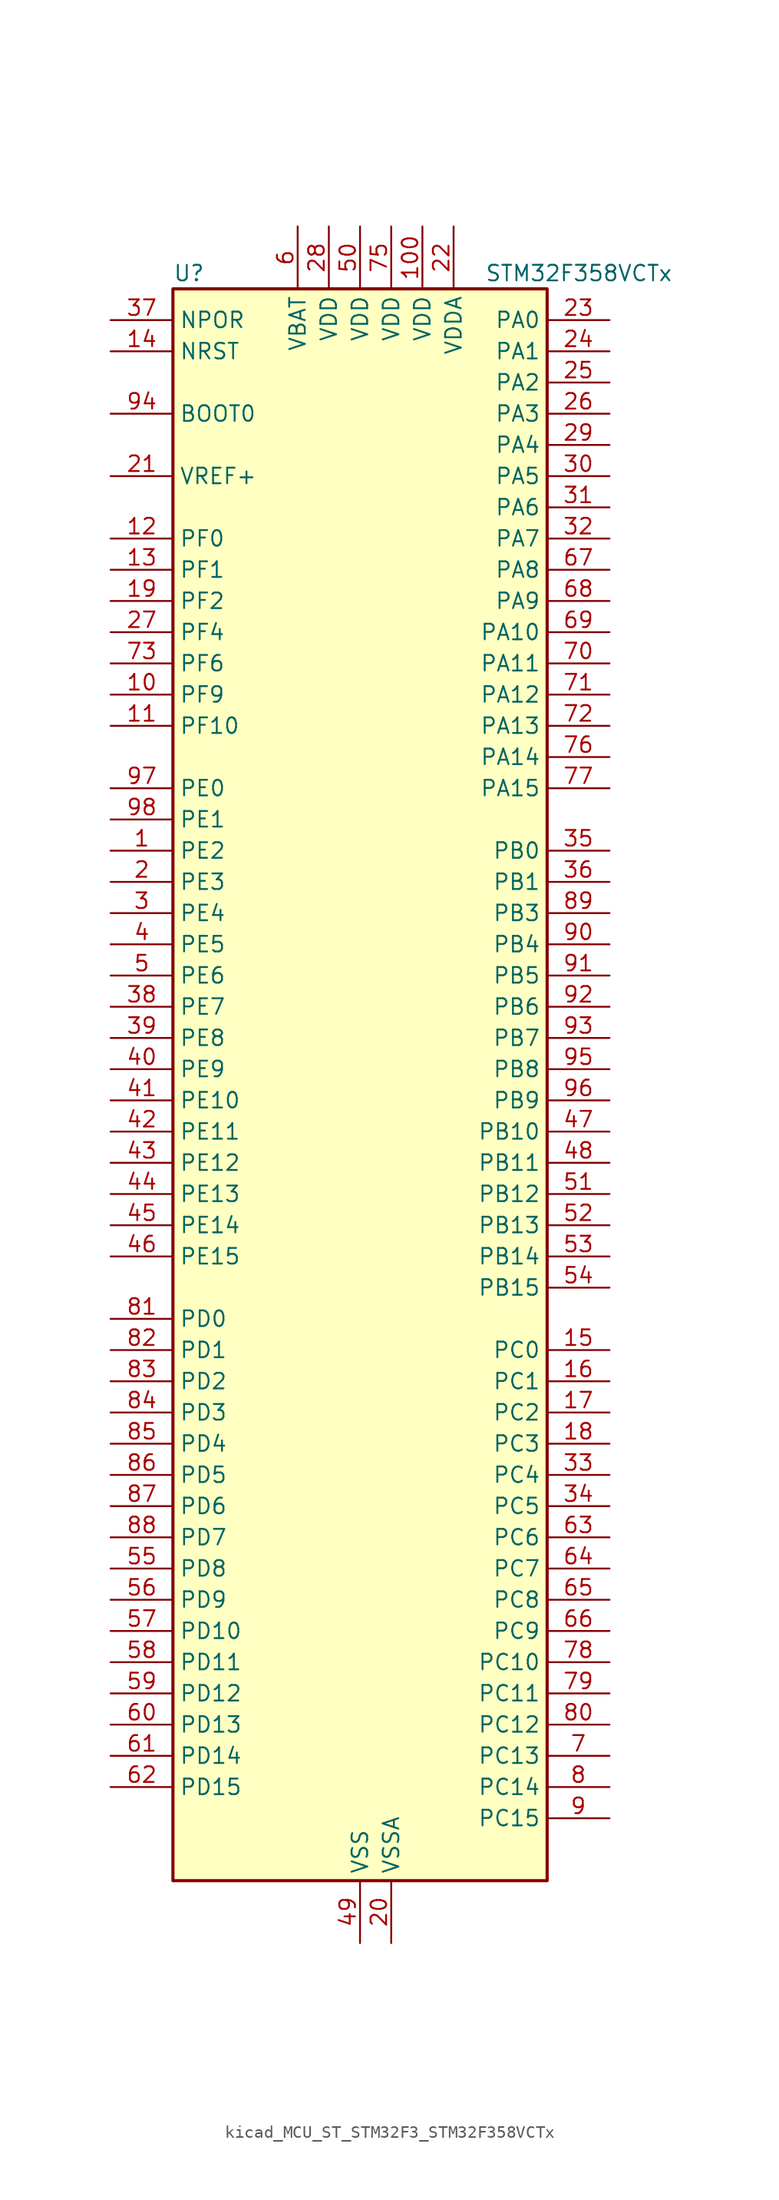
<source format=kicad_sym>
(kicad_symbol_lib
  (version 20220914)
  (generator kicad_symbol_editor)
  (symbol "kicad_MCU_ST_STM32F3_STM32F358VCTx"
    (property "Reference" "U"
      (at -15.24 67.31 0)
      (effects (font (size 1.27 1.27)) (justify left)))
    (property "Value" "STM32F358VCTx"
      (at 10.16 67.31 0)
      (effects (font (size 1.27 1.27)) (justify left)))
    (property "ki_locked" ""
      (at 0 0 0)
      (effects (font (size 1.27 1.27))))
    (symbol "kicad_MCU_ST_STM32F3_STM32F358VCTx_0_1"
      (rectangle (start -15.24 -63.5) (end 15.24 66.04) (stroke (width 0.254) (type default)) (fill (type background))))
    (symbol "kicad_MCU_ST_STM32F3_STM32F358VCTx_1_1"
      (pin bidirectional line (at -20.32 20.32 0) (length 5.08) (name "PE2" (effects (font (size 1.27 1.27)))) (number "1" (effects (font (size 1.27 1.27)))) (alternate "ADC3_EXTI2" bidirectional line) (alternate "ADC4_EXTI2" bidirectional line) (alternate "SYS_TRACECK" bidirectional line) (alternate "TIM3_CH1" bidirectional line) (alternate "TSC_G7_IO1" bidirectional line))
      (pin bidirectional line (at -20.32 33.02 0) (length 5.08) (name "PF9" (effects (font (size 1.27 1.27)))) (number "10" (effects (font (size 1.27 1.27)))) (alternate "DAC_EXTI9" bidirectional line) (alternate "SPI2_SCK" bidirectional line) (alternate "TIM15_CH1" bidirectional line))
      (pin power_in line (at 5.08 71.12 270) (length 5.08) (name "VDD" (effects (font (size 1.27 1.27)))) (number "100" (effects (font (size 1.27 1.27)))))
      (pin bidirectional line (at -20.32 30.48 0) (length 5.08) (name "PF10" (effects (font (size 1.27 1.27)))) (number "11" (effects (font (size 1.27 1.27)))) (alternate "SPI2_SCK" bidirectional line) (alternate "TIM15_CH2" bidirectional line))
      (pin bidirectional line (at -20.32 45.72 0) (length 5.08) (name "PF0" (effects (font (size 1.27 1.27)))) (number "12" (effects (font (size 1.27 1.27)))) (alternate "I2C2_SDA" bidirectional line) (alternate "RCC_OSC_IN" bidirectional line) (alternate "TIM1_CH3N" bidirectional line))
      (pin bidirectional line (at -20.32 43.18 0) (length 5.08) (name "PF1" (effects (font (size 1.27 1.27)))) (number "13" (effects (font (size 1.27 1.27)))) (alternate "I2C2_SCL" bidirectional line) (alternate "RCC_OSC_OUT" bidirectional line))
      (pin input line (at -20.32 60.96 0) (length 5.08) (name "NRST" (effects (font (size 1.27 1.27)))) (number "14" (effects (font (size 1.27 1.27)))))
      (pin bidirectional line (at 20.32 -20.32 180) (length 5.08) (name "PC0" (effects (font (size 1.27 1.27)))) (number "15" (effects (font (size 1.27 1.27)))) (alternate "ADC1_IN6" bidirectional line) (alternate "ADC2_IN6" bidirectional line) (alternate "COMP7_INM" bidirectional line))
      (pin bidirectional line (at 20.32 -22.86 180) (length 5.08) (name "PC1" (effects (font (size 1.27 1.27)))) (number "16" (effects (font (size 1.27 1.27)))) (alternate "ADC1_IN7" bidirectional line) (alternate "ADC2_IN7" bidirectional line) (alternate "COMP7_INP" bidirectional line))
      (pin bidirectional line (at 20.32 -25.4 180) (length 5.08) (name "PC2" (effects (font (size 1.27 1.27)))) (number "17" (effects (font (size 1.27 1.27)))) (alternate "ADC1_IN8" bidirectional line) (alternate "ADC2_IN8" bidirectional line) (alternate "ADC3_EXTI2" bidirectional line) (alternate "ADC4_EXTI2" bidirectional line) (alternate "COMP7_OUT" bidirectional line))
      (pin bidirectional line (at 20.32 -27.94 180) (length 5.08) (name "PC3" (effects (font (size 1.27 1.27)))) (number "18" (effects (font (size 1.27 1.27)))) (alternate "ADC1_IN9" bidirectional line) (alternate "ADC2_IN9" bidirectional line) (alternate "TIM1_BKIN2" bidirectional line))
      (pin bidirectional line (at -20.32 40.64 0) (length 5.08) (name "PF2" (effects (font (size 1.27 1.27)))) (number "19" (effects (font (size 1.27 1.27)))) (alternate "ADC1_IN10" bidirectional line) (alternate "ADC2_IN10" bidirectional line) (alternate "ADC3_EXTI2" bidirectional line) (alternate "ADC4_EXTI2" bidirectional line))
      (pin bidirectional line (at -20.32 17.78 0) (length 5.08) (name "PE3" (effects (font (size 1.27 1.27)))) (number "2" (effects (font (size 1.27 1.27)))) (alternate "SYS_TRACED0" bidirectional line) (alternate "TIM3_CH2" bidirectional line) (alternate "TSC_G7_IO2" bidirectional line))
      (pin power_in line (at 2.54 -68.58 90) (length 5.08) (name "VSSA" (effects (font (size 1.27 1.27)))) (number "20" (effects (font (size 1.27 1.27)))))
      (pin input line (at -20.32 50.8 0) (length 5.08) (name "VREF+" (effects (font (size 1.27 1.27)))) (number "21" (effects (font (size 1.27 1.27)))))
      (pin power_in line (at 7.62 71.12 270) (length 5.08) (name "VDDA" (effects (font (size 1.27 1.27)))) (number "22" (effects (font (size 1.27 1.27)))))
      (pin bidirectional line (at 20.32 63.5 180) (length 5.08) (name "PA0" (effects (font (size 1.27 1.27)))) (number "23" (effects (font (size 1.27 1.27)))) (alternate "ADC1_IN1" bidirectional line) (alternate "COMP1_INM" bidirectional line) (alternate "COMP1_OUT" bidirectional line) (alternate "COMP7_INP" bidirectional line) (alternate "RTC_TAMP2" bidirectional line) (alternate "SYS_WKUP1" bidirectional line) (alternate "TIM2_CH1" bidirectional line) (alternate "TIM2_ETR" bidirectional line) (alternate "TIM8_BKIN" bidirectional line) (alternate "TIM8_ETR" bidirectional line) (alternate "TSC_G1_IO1" bidirectional line) (alternate "USART2_CTS" bidirectional line))
      (pin bidirectional line (at 20.32 60.96 180) (length 5.08) (name "PA1" (effects (font (size 1.27 1.27)))) (number "24" (effects (font (size 1.27 1.27)))) (alternate "ADC1_IN2" bidirectional line) (alternate "COMP1_INP" bidirectional line) (alternate "OPAMP1_VINP" bidirectional line) (alternate "OPAMP1_VINP_SEC" bidirectional line) (alternate "OPAMP3_VINP" bidirectional line) (alternate "OPAMP3_VINP_SEC" bidirectional line) (alternate "RTC_REFIN" bidirectional line) (alternate "TIM15_CH1N" bidirectional line) (alternate "TIM2_CH2" bidirectional line) (alternate "TSC_G1_IO2" bidirectional line) (alternate "USART2_DE" bidirectional line) (alternate "USART2_RTS" bidirectional line))
      (pin bidirectional line (at 20.32 58.42 180) (length 5.08) (name "PA2" (effects (font (size 1.27 1.27)))) (number "25" (effects (font (size 1.27 1.27)))) (alternate "ADC1_IN3" bidirectional line) (alternate "ADC3_EXTI2" bidirectional line) (alternate "ADC4_EXTI2" bidirectional line) (alternate "COMP2_INM" bidirectional line) (alternate "COMP2_OUT" bidirectional line) (alternate "OPAMP1_VOUT" bidirectional line) (alternate "TIM15_CH1" bidirectional line) (alternate "TIM2_CH3" bidirectional line) (alternate "TSC_G1_IO3" bidirectional line) (alternate "USART2_TX" bidirectional line))
      (pin bidirectional line (at 20.32 55.88 180) (length 5.08) (name "PA3" (effects (font (size 1.27 1.27)))) (number "26" (effects (font (size 1.27 1.27)))) (alternate "ADC1_IN4" bidirectional line) (alternate "COMP2_INP" bidirectional line) (alternate "OPAMP1_VINM" bidirectional line) (alternate "OPAMP1_VINM_SEC" bidirectional line) (alternate "OPAMP1_VINP" bidirectional line) (alternate "OPAMP1_VINP_SEC" bidirectional line) (alternate "TIM15_CH2" bidirectional line) (alternate "TIM2_CH4" bidirectional line) (alternate "TSC_G1_IO4" bidirectional line) (alternate "USART2_RX" bidirectional line))
      (pin bidirectional line (at -20.32 38.1 0) (length 5.08) (name "PF4" (effects (font (size 1.27 1.27)))) (number "27" (effects (font (size 1.27 1.27)))) (alternate "ADC1_IN5" bidirectional line) (alternate "COMP1_OUT" bidirectional line))
      (pin power_in line (at -2.54 71.12 270) (length 5.08) (name "VDD" (effects (font (size 1.27 1.27)))) (number "28" (effects (font (size 1.27 1.27)))))
      (pin bidirectional line (at 20.32 53.34 180) (length 5.08) (name "PA4" (effects (font (size 1.27 1.27)))) (number "29" (effects (font (size 1.27 1.27)))) (alternate "ADC2_IN1" bidirectional line) (alternate "COMP1_INM" bidirectional line) (alternate "COMP2_INM" bidirectional line) (alternate "COMP3_INM" bidirectional line) (alternate "COMP4_INM" bidirectional line) (alternate "COMP5_INM" bidirectional line) (alternate "COMP6_INM" bidirectional line) (alternate "COMP7_INM" bidirectional line) (alternate "DAC_OUT1" bidirectional line) (alternate "I2S3_WS" bidirectional line) (alternate "OPAMP4_VINP" bidirectional line) (alternate "OPAMP4_VINP_SEC" bidirectional line) (alternate "SPI1_NSS" bidirectional line) (alternate "SPI3_NSS" bidirectional line) (alternate "TIM3_CH2" bidirectional line) (alternate "TSC_G2_IO1" bidirectional line) (alternate "USART2_CK" bidirectional line))
      (pin bidirectional line (at -20.32 15.24 0) (length 5.08) (name "PE4" (effects (font (size 1.27 1.27)))) (number "3" (effects (font (size 1.27 1.27)))) (alternate "SYS_TRACED1" bidirectional line) (alternate "TIM3_CH3" bidirectional line) (alternate "TSC_G7_IO3" bidirectional line))
      (pin bidirectional line (at 20.32 50.8 180) (length 5.08) (name "PA5" (effects (font (size 1.27 1.27)))) (number "30" (effects (font (size 1.27 1.27)))) (alternate "ADC2_IN2" bidirectional line) (alternate "COMP1_INM" bidirectional line) (alternate "COMP2_INM" bidirectional line) (alternate "COMP3_INM" bidirectional line) (alternate "COMP4_INM" bidirectional line) (alternate "COMP5_INM" bidirectional line) (alternate "COMP6_INM" bidirectional line) (alternate "COMP7_INM" bidirectional line) (alternate "DAC_OUT2" bidirectional line) (alternate "OPAMP1_VINP" bidirectional line) (alternate "OPAMP1_VINP_SEC" bidirectional line) (alternate "OPAMP2_VINM" bidirectional line) (alternate "OPAMP2_VINM_SEC" bidirectional line) (alternate "OPAMP3_VINP" bidirectional line) (alternate "OPAMP3_VINP_SEC" bidirectional line) (alternate "SPI1_SCK" bidirectional line) (alternate "TIM2_CH1" bidirectional line) (alternate "TIM2_ETR" bidirectional line) (alternate "TSC_G2_IO2" bidirectional line))
      (pin bidirectional line (at 20.32 48.26 180) (length 5.08) (name "PA6" (effects (font (size 1.27 1.27)))) (number "31" (effects (font (size 1.27 1.27)))) (alternate "ADC2_IN3" bidirectional line) (alternate "COMP1_OUT" bidirectional line) (alternate "OPAMP2_VOUT" bidirectional line) (alternate "SPI1_MISO" bidirectional line) (alternate "TIM16_CH1" bidirectional line) (alternate "TIM1_BKIN" bidirectional line) (alternate "TIM3_CH1" bidirectional line) (alternate "TIM8_BKIN" bidirectional line) (alternate "TSC_G2_IO3" bidirectional line))
      (pin bidirectional line (at 20.32 45.72 180) (length 5.08) (name "PA7" (effects (font (size 1.27 1.27)))) (number "32" (effects (font (size 1.27 1.27)))) (alternate "ADC2_IN4" bidirectional line) (alternate "COMP2_INP" bidirectional line) (alternate "COMP2_OUT" bidirectional line) (alternate "OPAMP1_VINP" bidirectional line) (alternate "OPAMP1_VINP_SEC" bidirectional line) (alternate "OPAMP2_VINP" bidirectional line) (alternate "OPAMP2_VINP_SEC" bidirectional line) (alternate "SPI1_MOSI" bidirectional line) (alternate "TIM17_CH1" bidirectional line) (alternate "TIM1_CH1N" bidirectional line) (alternate "TIM3_CH2" bidirectional line) (alternate "TIM8_CH1N" bidirectional line) (alternate "TSC_G2_IO4" bidirectional line))
      (pin bidirectional line (at 20.32 -30.48 180) (length 5.08) (name "PC4" (effects (font (size 1.27 1.27)))) (number "33" (effects (font (size 1.27 1.27)))) (alternate "ADC2_IN5" bidirectional line) (alternate "USART1_TX" bidirectional line))
      (pin bidirectional line (at 20.32 -33.02 180) (length 5.08) (name "PC5" (effects (font (size 1.27 1.27)))) (number "34" (effects (font (size 1.27 1.27)))) (alternate "ADC2_IN11" bidirectional line) (alternate "OPAMP1_VINM" bidirectional line) (alternate "OPAMP1_VINM_SEC" bidirectional line) (alternate "OPAMP2_VINM" bidirectional line) (alternate "OPAMP2_VINM_SEC" bidirectional line) (alternate "TSC_G3_IO1" bidirectional line) (alternate "USART1_RX" bidirectional line))
      (pin bidirectional line (at 20.32 20.32 180) (length 5.08) (name "PB0" (effects (font (size 1.27 1.27)))) (number "35" (effects (font (size 1.27 1.27)))) (alternate "ADC3_IN12" bidirectional line) (alternate "COMP4_INP" bidirectional line) (alternate "OPAMP2_VINP" bidirectional line) (alternate "OPAMP2_VINP_SEC" bidirectional line) (alternate "OPAMP3_VINP" bidirectional line) (alternate "OPAMP3_VINP_SEC" bidirectional line) (alternate "TIM1_CH2N" bidirectional line) (alternate "TIM3_CH3" bidirectional line) (alternate "TIM8_CH2N" bidirectional line) (alternate "TSC_G3_IO2" bidirectional line))
      (pin bidirectional line (at 20.32 17.78 180) (length 5.08) (name "PB1" (effects (font (size 1.27 1.27)))) (number "36" (effects (font (size 1.27 1.27)))) (alternate "ADC3_IN1" bidirectional line) (alternate "COMP4_OUT" bidirectional line) (alternate "OPAMP3_VOUT" bidirectional line) (alternate "TIM1_CH3N" bidirectional line) (alternate "TIM3_CH4" bidirectional line) (alternate "TIM8_CH3N" bidirectional line) (alternate "TSC_G3_IO3" bidirectional line))
      (pin input line (at -20.32 63.5 0) (length 5.08) (name "NPOR" (effects (font (size 1.27 1.27)))) (number "37" (effects (font (size 1.27 1.27)))))
      (pin bidirectional line (at -20.32 7.62 0) (length 5.08) (name "PE7" (effects (font (size 1.27 1.27)))) (number "38" (effects (font (size 1.27 1.27)))) (alternate "ADC3_IN13" bidirectional line) (alternate "COMP4_INP" bidirectional line) (alternate "TIM1_ETR" bidirectional line))
      (pin bidirectional line (at -20.32 5.08 0) (length 5.08) (name "PE8" (effects (font (size 1.27 1.27)))) (number "39" (effects (font (size 1.27 1.27)))) (alternate "ADC3_IN6" bidirectional line) (alternate "ADC4_IN6" bidirectional line) (alternate "COMP4_INM" bidirectional line) (alternate "TIM1_CH1N" bidirectional line))
      (pin bidirectional line (at -20.32 12.7 0) (length 5.08) (name "PE5" (effects (font (size 1.27 1.27)))) (number "4" (effects (font (size 1.27 1.27)))) (alternate "SYS_TRACED2" bidirectional line) (alternate "TIM3_CH4" bidirectional line) (alternate "TSC_G7_IO4" bidirectional line))
      (pin bidirectional line (at -20.32 2.54 0) (length 5.08) (name "PE9" (effects (font (size 1.27 1.27)))) (number "40" (effects (font (size 1.27 1.27)))) (alternate "ADC3_IN2" bidirectional line) (alternate "DAC_EXTI9" bidirectional line) (alternate "TIM1_CH1" bidirectional line))
      (pin bidirectional line (at -20.32 0 0) (length 5.08) (name "PE10" (effects (font (size 1.27 1.27)))) (number "41" (effects (font (size 1.27 1.27)))) (alternate "ADC3_IN14" bidirectional line) (alternate "TIM1_CH2N" bidirectional line))
      (pin bidirectional line (at -20.32 -2.54 0) (length 5.08) (name "PE11" (effects (font (size 1.27 1.27)))) (number "42" (effects (font (size 1.27 1.27)))) (alternate "ADC1_EXTI11" bidirectional line) (alternate "ADC2_EXTI11" bidirectional line) (alternate "ADC3_IN15" bidirectional line) (alternate "TIM1_CH2" bidirectional line))
      (pin bidirectional line (at -20.32 -5.08 0) (length 5.08) (name "PE12" (effects (font (size 1.27 1.27)))) (number "43" (effects (font (size 1.27 1.27)))) (alternate "ADC3_IN16" bidirectional line) (alternate "TIM1_CH3N" bidirectional line))
      (pin bidirectional line (at -20.32 -7.62 0) (length 5.08) (name "PE13" (effects (font (size 1.27 1.27)))) (number "44" (effects (font (size 1.27 1.27)))) (alternate "ADC3_IN3" bidirectional line) (alternate "TIM1_CH3" bidirectional line))
      (pin bidirectional line (at -20.32 -10.16 0) (length 5.08) (name "PE14" (effects (font (size 1.27 1.27)))) (number "45" (effects (font (size 1.27 1.27)))) (alternate "ADC4_IN1" bidirectional line) (alternate "TIM1_BKIN2" bidirectional line) (alternate "TIM1_CH4" bidirectional line))
      (pin bidirectional line (at -20.32 -12.7 0) (length 5.08) (name "PE15" (effects (font (size 1.27 1.27)))) (number "46" (effects (font (size 1.27 1.27)))) (alternate "ADC1_EXTI15" bidirectional line) (alternate "ADC2_EXTI15" bidirectional line) (alternate "ADC4_IN2" bidirectional line) (alternate "TIM1_BKIN" bidirectional line) (alternate "USART3_RX" bidirectional line))
      (pin bidirectional line (at 20.32 -2.54 180) (length 5.08) (name "PB10" (effects (font (size 1.27 1.27)))) (number "47" (effects (font (size 1.27 1.27)))) (alternate "COMP5_INM" bidirectional line) (alternate "OPAMP3_VINM" bidirectional line) (alternate "OPAMP3_VINM_SEC" bidirectional line) (alternate "OPAMP4_VINM" bidirectional line) (alternate "OPAMP4_VINM_SEC" bidirectional line) (alternate "TIM2_CH3" bidirectional line) (alternate "TSC_SYNC" bidirectional line) (alternate "USART3_TX" bidirectional line))
      (pin bidirectional line (at 20.32 -5.08 180) (length 5.08) (name "PB11" (effects (font (size 1.27 1.27)))) (number "48" (effects (font (size 1.27 1.27)))) (alternate "ADC1_EXTI11" bidirectional line) (alternate "ADC2_EXTI11" bidirectional line) (alternate "COMP6_INP" bidirectional line) (alternate "OPAMP4_VINP" bidirectional line) (alternate "OPAMP4_VINP_SEC" bidirectional line) (alternate "TIM2_CH4" bidirectional line) (alternate "TSC_G6_IO1" bidirectional line) (alternate "USART3_RX" bidirectional line))
      (pin power_in line (at 0 -68.58 90) (length 5.08) (name "VSS" (effects (font (size 1.27 1.27)))) (number "49" (effects (font (size 1.27 1.27)))))
      (pin bidirectional line (at -20.32 10.16 0) (length 5.08) (name "PE6" (effects (font (size 1.27 1.27)))) (number "5" (effects (font (size 1.27 1.27)))) (alternate "RTC_TAMP3" bidirectional line) (alternate "SYS_TRACED3" bidirectional line) (alternate "SYS_WKUP3" bidirectional line))
      (pin power_in line (at 0 71.12 270) (length 5.08) (name "VDD" (effects (font (size 1.27 1.27)))) (number "50" (effects (font (size 1.27 1.27)))))
      (pin bidirectional line (at 20.32 -7.62 180) (length 5.08) (name "PB12" (effects (font (size 1.27 1.27)))) (number "51" (effects (font (size 1.27 1.27)))) (alternate "ADC4_IN3" bidirectional line) (alternate "COMP3_INM" bidirectional line) (alternate "I2C2_SMBA" bidirectional line) (alternate "I2S2_WS" bidirectional line) (alternate "OPAMP4_VOUT" bidirectional line) (alternate "SPI2_NSS" bidirectional line) (alternate "TIM1_BKIN" bidirectional line) (alternate "TSC_G6_IO2" bidirectional line) (alternate "USART3_CK" bidirectional line))
      (pin bidirectional line (at 20.32 -10.16 180) (length 5.08) (name "PB13" (effects (font (size 1.27 1.27)))) (number "52" (effects (font (size 1.27 1.27)))) (alternate "ADC3_IN5" bidirectional line) (alternate "COMP5_INP" bidirectional line) (alternate "I2S2_CK" bidirectional line) (alternate "OPAMP3_VINP" bidirectional line) (alternate "OPAMP3_VINP_SEC" bidirectional line) (alternate "OPAMP4_VINP" bidirectional line) (alternate "OPAMP4_VINP_SEC" bidirectional line) (alternate "SPI2_SCK" bidirectional line) (alternate "TIM1_CH1N" bidirectional line) (alternate "TSC_G6_IO3" bidirectional line) (alternate "USART3_CTS" bidirectional line))
      (pin bidirectional line (at 20.32 -12.7 180) (length 5.08) (name "PB14" (effects (font (size 1.27 1.27)))) (number "53" (effects (font (size 1.27 1.27)))) (alternate "ADC4_IN4" bidirectional line) (alternate "COMP3_INP" bidirectional line) (alternate "I2S2_ext_SD" bidirectional line) (alternate "OPAMP2_VINP" bidirectional line) (alternate "OPAMP2_VINP_SEC" bidirectional line) (alternate "SPI2_MISO" bidirectional line) (alternate "TIM15_CH1" bidirectional line) (alternate "TIM1_CH2N" bidirectional line) (alternate "TSC_G6_IO4" bidirectional line) (alternate "USART3_DE" bidirectional line) (alternate "USART3_RTS" bidirectional line))
      (pin bidirectional line (at 20.32 -15.24 180) (length 5.08) (name "PB15" (effects (font (size 1.27 1.27)))) (number "54" (effects (font (size 1.27 1.27)))) (alternate "ADC1_EXTI15" bidirectional line) (alternate "ADC2_EXTI15" bidirectional line) (alternate "ADC4_IN5" bidirectional line) (alternate "COMP6_INM" bidirectional line) (alternate "I2S2_SD" bidirectional line) (alternate "RTC_REFIN" bidirectional line) (alternate "SPI2_MOSI" bidirectional line) (alternate "TIM15_CH1N" bidirectional line) (alternate "TIM15_CH2" bidirectional line) (alternate "TIM1_CH3N" bidirectional line))
      (pin bidirectional line (at -20.32 -38.1 0) (length 5.08) (name "PD8" (effects (font (size 1.27 1.27)))) (number "55" (effects (font (size 1.27 1.27)))) (alternate "ADC4_IN12" bidirectional line) (alternate "OPAMP4_VINM" bidirectional line) (alternate "OPAMP4_VINM_SEC" bidirectional line) (alternate "USART3_TX" bidirectional line))
      (pin bidirectional line (at -20.32 -40.64 0) (length 5.08) (name "PD9" (effects (font (size 1.27 1.27)))) (number "56" (effects (font (size 1.27 1.27)))) (alternate "ADC4_IN13" bidirectional line) (alternate "DAC_EXTI9" bidirectional line) (alternate "USART3_RX" bidirectional line))
      (pin bidirectional line (at -20.32 -43.18 0) (length 5.08) (name "PD10" (effects (font (size 1.27 1.27)))) (number "57" (effects (font (size 1.27 1.27)))) (alternate "ADC3_IN7" bidirectional line) (alternate "ADC4_IN7" bidirectional line) (alternate "COMP6_INM" bidirectional line) (alternate "USART3_CK" bidirectional line))
      (pin bidirectional line (at -20.32 -45.72 0) (length 5.08) (name "PD11" (effects (font (size 1.27 1.27)))) (number "58" (effects (font (size 1.27 1.27)))) (alternate "ADC1_EXTI11" bidirectional line) (alternate "ADC2_EXTI11" bidirectional line) (alternate "ADC3_IN8" bidirectional line) (alternate "ADC4_IN8" bidirectional line) (alternate "COMP6_INP" bidirectional line) (alternate "OPAMP4_VINP" bidirectional line) (alternate "OPAMP4_VINP_SEC" bidirectional line) (alternate "USART3_CTS" bidirectional line))
      (pin bidirectional line (at -20.32 -48.26 0) (length 5.08) (name "PD12" (effects (font (size 1.27 1.27)))) (number "59" (effects (font (size 1.27 1.27)))) (alternate "ADC3_IN9" bidirectional line) (alternate "ADC4_IN9" bidirectional line) (alternate "COMP5_INP" bidirectional line) (alternate "TIM4_CH1" bidirectional line) (alternate "TSC_G8_IO1" bidirectional line) (alternate "USART3_DE" bidirectional line) (alternate "USART3_RTS" bidirectional line))
      (pin power_in line (at -5.08 71.12 270) (length 5.08) (name "VBAT" (effects (font (size 1.27 1.27)))) (number "6" (effects (font (size 1.27 1.27)))))
      (pin bidirectional line (at -20.32 -50.8 0) (length 5.08) (name "PD13" (effects (font (size 1.27 1.27)))) (number "60" (effects (font (size 1.27 1.27)))) (alternate "ADC3_IN10" bidirectional line) (alternate "ADC4_IN10" bidirectional line) (alternate "COMP5_INM" bidirectional line) (alternate "TIM4_CH2" bidirectional line) (alternate "TSC_G8_IO2" bidirectional line))
      (pin bidirectional line (at -20.32 -53.34 0) (length 5.08) (name "PD14" (effects (font (size 1.27 1.27)))) (number "61" (effects (font (size 1.27 1.27)))) (alternate "ADC3_IN11" bidirectional line) (alternate "ADC4_IN11" bidirectional line) (alternate "COMP3_INP" bidirectional line) (alternate "OPAMP2_VINP" bidirectional line) (alternate "OPAMP2_VINP_SEC" bidirectional line) (alternate "TIM4_CH3" bidirectional line) (alternate "TSC_G8_IO3" bidirectional line))
      (pin bidirectional line (at -20.32 -55.88 0) (length 5.08) (name "PD15" (effects (font (size 1.27 1.27)))) (number "62" (effects (font (size 1.27 1.27)))) (alternate "ADC1_EXTI15" bidirectional line) (alternate "ADC2_EXTI15" bidirectional line) (alternate "COMP3_INM" bidirectional line) (alternate "SPI2_NSS" bidirectional line) (alternate "TIM4_CH4" bidirectional line) (alternate "TSC_G8_IO4" bidirectional line))
      (pin bidirectional line (at 20.32 -35.56 180) (length 5.08) (name "PC6" (effects (font (size 1.27 1.27)))) (number "63" (effects (font (size 1.27 1.27)))) (alternate "COMP6_OUT" bidirectional line) (alternate "I2S2_MCK" bidirectional line) (alternate "TIM3_CH1" bidirectional line) (alternate "TIM8_CH1" bidirectional line))
      (pin bidirectional line (at 20.32 -38.1 180) (length 5.08) (name "PC7" (effects (font (size 1.27 1.27)))) (number "64" (effects (font (size 1.27 1.27)))) (alternate "COMP5_OUT" bidirectional line) (alternate "I2S3_MCK" bidirectional line) (alternate "TIM3_CH2" bidirectional line) (alternate "TIM8_CH2" bidirectional line))
      (pin bidirectional line (at 20.32 -40.64 180) (length 5.08) (name "PC8" (effects (font (size 1.27 1.27)))) (number "65" (effects (font (size 1.27 1.27)))) (alternate "COMP3_OUT" bidirectional line) (alternate "TIM3_CH3" bidirectional line) (alternate "TIM8_CH3" bidirectional line))
      (pin bidirectional line (at 20.32 -43.18 180) (length 5.08) (name "PC9" (effects (font (size 1.27 1.27)))) (number "66" (effects (font (size 1.27 1.27)))) (alternate "DAC_EXTI9" bidirectional line) (alternate "I2S_CKIN" bidirectional line) (alternate "TIM3_CH4" bidirectional line) (alternate "TIM8_BKIN2" bidirectional line) (alternate "TIM8_CH4" bidirectional line))
      (pin bidirectional line (at 20.32 43.18 180) (length 5.08) (name "PA8" (effects (font (size 1.27 1.27)))) (number "67" (effects (font (size 1.27 1.27)))) (alternate "COMP3_OUT" bidirectional line) (alternate "I2C2_SMBA" bidirectional line) (alternate "I2S2_MCK" bidirectional line) (alternate "RCC_MCO" bidirectional line) (alternate "TIM1_CH1" bidirectional line) (alternate "TIM4_ETR" bidirectional line) (alternate "USART1_CK" bidirectional line))
      (pin bidirectional line (at 20.32 40.64 180) (length 5.08) (name "PA9" (effects (font (size 1.27 1.27)))) (number "68" (effects (font (size 1.27 1.27)))) (alternate "COMP5_OUT" bidirectional line) (alternate "DAC_EXTI9" bidirectional line) (alternate "I2C2_SCL" bidirectional line) (alternate "I2S3_MCK" bidirectional line) (alternate "TIM15_BKIN" bidirectional line) (alternate "TIM1_CH2" bidirectional line) (alternate "TIM2_CH3" bidirectional line) (alternate "TSC_G4_IO1" bidirectional line) (alternate "USART1_TX" bidirectional line))
      (pin bidirectional line (at 20.32 38.1 180) (length 5.08) (name "PA10" (effects (font (size 1.27 1.27)))) (number "69" (effects (font (size 1.27 1.27)))) (alternate "COMP6_OUT" bidirectional line) (alternate "I2C2_SDA" bidirectional line) (alternate "TIM17_BKIN" bidirectional line) (alternate "TIM1_CH3" bidirectional line) (alternate "TIM2_CH4" bidirectional line) (alternate "TIM8_BKIN" bidirectional line) (alternate "TSC_G4_IO2" bidirectional line) (alternate "USART1_RX" bidirectional line))
      (pin bidirectional line (at 20.32 -53.34 180) (length 5.08) (name "PC13" (effects (font (size 1.27 1.27)))) (number "7" (effects (font (size 1.27 1.27)))) (alternate "RTC_OUT_ALARM" bidirectional line) (alternate "RTC_OUT_CALIB" bidirectional line) (alternate "RTC_TAMP1" bidirectional line) (alternate "RTC_TS" bidirectional line) (alternate "SYS_WKUP2" bidirectional line) (alternate "TIM1_CH1N" bidirectional line))
      (pin bidirectional line (at 20.32 35.56 180) (length 5.08) (name "PA11" (effects (font (size 1.27 1.27)))) (number "70" (effects (font (size 1.27 1.27)))) (alternate "ADC1_EXTI11" bidirectional line) (alternate "ADC2_EXTI11" bidirectional line) (alternate "CAN_RX" bidirectional line) (alternate "COMP1_OUT" bidirectional line) (alternate "TIM1_BKIN2" bidirectional line) (alternate "TIM1_CH1N" bidirectional line) (alternate "TIM1_CH4" bidirectional line) (alternate "TIM4_CH1" bidirectional line) (alternate "USART1_CTS" bidirectional line))
      (pin bidirectional line (at 20.32 33.02 180) (length 5.08) (name "PA12" (effects (font (size 1.27 1.27)))) (number "71" (effects (font (size 1.27 1.27)))) (alternate "CAN_TX" bidirectional line) (alternate "COMP2_OUT" bidirectional line) (alternate "TIM16_CH1" bidirectional line) (alternate "TIM1_CH2N" bidirectional line) (alternate "TIM1_ETR" bidirectional line) (alternate "TIM4_CH2" bidirectional line) (alternate "USART1_DE" bidirectional line) (alternate "USART1_RTS" bidirectional line))
      (pin bidirectional line (at 20.32 30.48 180) (length 5.08) (name "PA13" (effects (font (size 1.27 1.27)))) (number "72" (effects (font (size 1.27 1.27)))) (alternate "IR_OUT" bidirectional line) (alternate "SYS_JTMS-SWDIO" bidirectional line) (alternate "TIM16_CH1N" bidirectional line) (alternate "TIM4_CH3" bidirectional line) (alternate "TSC_G4_IO3" bidirectional line) (alternate "USART3_CTS" bidirectional line))
      (pin bidirectional line (at -20.32 35.56 0) (length 5.08) (name "PF6" (effects (font (size 1.27 1.27)))) (number "73" (effects (font (size 1.27 1.27)))) (alternate "I2C2_SCL" bidirectional line) (alternate "TIM4_CH4" bidirectional line) (alternate "USART3_DE" bidirectional line) (alternate "USART3_RTS" bidirectional line))
      (pin passive line (at 0 -68.58 90) (length 5.08) hide (name "VSS" (effects (font (size 1.27 1.27)))) (number "74" (effects (font (size 1.27 1.27)))))
      (pin power_in line (at 2.54 71.12 270) (length 5.08) (name "VDD" (effects (font (size 1.27 1.27)))) (number "75" (effects (font (size 1.27 1.27)))))
      (pin bidirectional line (at 20.32 27.94 180) (length 5.08) (name "PA14" (effects (font (size 1.27 1.27)))) (number "76" (effects (font (size 1.27 1.27)))) (alternate "I2C1_SDA" bidirectional line) (alternate "SYS_JTCK-SWCLK" bidirectional line) (alternate "TIM1_BKIN" bidirectional line) (alternate "TIM8_CH2" bidirectional line) (alternate "TSC_G4_IO4" bidirectional line) (alternate "USART2_TX" bidirectional line))
      (pin bidirectional line (at 20.32 25.4 180) (length 5.08) (name "PA15" (effects (font (size 1.27 1.27)))) (number "77" (effects (font (size 1.27 1.27)))) (alternate "ADC1_EXTI15" bidirectional line) (alternate "ADC2_EXTI15" bidirectional line) (alternate "I2C1_SCL" bidirectional line) (alternate "I2S3_WS" bidirectional line) (alternate "SPI1_NSS" bidirectional line) (alternate "SPI3_NSS" bidirectional line) (alternate "SYS_JTDI" bidirectional line) (alternate "TIM1_BKIN" bidirectional line) (alternate "TIM2_CH1" bidirectional line) (alternate "TIM2_ETR" bidirectional line) (alternate "TIM8_CH1" bidirectional line) (alternate "USART2_RX" bidirectional line))
      (pin bidirectional line (at 20.32 -45.72 180) (length 5.08) (name "PC10" (effects (font (size 1.27 1.27)))) (number "78" (effects (font (size 1.27 1.27)))) (alternate "I2S3_CK" bidirectional line) (alternate "SPI3_SCK" bidirectional line) (alternate "TIM8_CH1N" bidirectional line) (alternate "UART4_TX" bidirectional line) (alternate "USART3_TX" bidirectional line))
      (pin bidirectional line (at 20.32 -48.26 180) (length 5.08) (name "PC11" (effects (font (size 1.27 1.27)))) (number "79" (effects (font (size 1.27 1.27)))) (alternate "ADC1_EXTI11" bidirectional line) (alternate "ADC2_EXTI11" bidirectional line) (alternate "I2S3_ext_SD" bidirectional line) (alternate "SPI3_MISO" bidirectional line) (alternate "TIM8_CH2N" bidirectional line) (alternate "UART4_RX" bidirectional line) (alternate "USART3_RX" bidirectional line))
      (pin bidirectional line (at 20.32 -55.88 180) (length 5.08) (name "PC14" (effects (font (size 1.27 1.27)))) (number "8" (effects (font (size 1.27 1.27)))) (alternate "RCC_OSC32_IN" bidirectional line))
      (pin bidirectional line (at 20.32 -50.8 180) (length 5.08) (name "PC12" (effects (font (size 1.27 1.27)))) (number "80" (effects (font (size 1.27 1.27)))) (alternate "I2S3_SD" bidirectional line) (alternate "SPI3_MOSI" bidirectional line) (alternate "TIM8_CH3N" bidirectional line) (alternate "UART5_TX" bidirectional line) (alternate "USART3_CK" bidirectional line))
      (pin bidirectional line (at -20.32 -17.78 0) (length 5.08) (name "PD0" (effects (font (size 1.27 1.27)))) (number "81" (effects (font (size 1.27 1.27)))) (alternate "CAN_RX" bidirectional line))
      (pin bidirectional line (at -20.32 -20.32 0) (length 5.08) (name "PD1" (effects (font (size 1.27 1.27)))) (number "82" (effects (font (size 1.27 1.27)))) (alternate "CAN_TX" bidirectional line) (alternate "TIM8_BKIN2" bidirectional line) (alternate "TIM8_CH4" bidirectional line))
      (pin bidirectional line (at -20.32 -22.86 0) (length 5.08) (name "PD2" (effects (font (size 1.27 1.27)))) (number "83" (effects (font (size 1.27 1.27)))) (alternate "ADC3_EXTI2" bidirectional line) (alternate "ADC4_EXTI2" bidirectional line) (alternate "TIM3_ETR" bidirectional line) (alternate "TIM8_BKIN" bidirectional line) (alternate "UART5_RX" bidirectional line))
      (pin bidirectional line (at -20.32 -25.4 0) (length 5.08) (name "PD3" (effects (font (size 1.27 1.27)))) (number "84" (effects (font (size 1.27 1.27)))) (alternate "TIM2_CH1" bidirectional line) (alternate "TIM2_ETR" bidirectional line) (alternate "USART2_CTS" bidirectional line))
      (pin bidirectional line (at -20.32 -27.94 0) (length 5.08) (name "PD4" (effects (font (size 1.27 1.27)))) (number "85" (effects (font (size 1.27 1.27)))) (alternate "TIM2_CH2" bidirectional line) (alternate "USART2_DE" bidirectional line) (alternate "USART2_RTS" bidirectional line))
      (pin bidirectional line (at -20.32 -30.48 0) (length 5.08) (name "PD5" (effects (font (size 1.27 1.27)))) (number "86" (effects (font (size 1.27 1.27)))) (alternate "USART2_TX" bidirectional line))
      (pin bidirectional line (at -20.32 -33.02 0) (length 5.08) (name "PD6" (effects (font (size 1.27 1.27)))) (number "87" (effects (font (size 1.27 1.27)))) (alternate "TIM2_CH4" bidirectional line) (alternate "USART2_RX" bidirectional line))
      (pin bidirectional line (at -20.32 -35.56 0) (length 5.08) (name "PD7" (effects (font (size 1.27 1.27)))) (number "88" (effects (font (size 1.27 1.27)))) (alternate "TIM2_CH3" bidirectional line) (alternate "USART2_CK" bidirectional line))
      (pin bidirectional line (at 20.32 15.24 180) (length 5.08) (name "PB3" (effects (font (size 1.27 1.27)))) (number "89" (effects (font (size 1.27 1.27)))) (alternate "I2S3_CK" bidirectional line) (alternate "SPI1_SCK" bidirectional line) (alternate "SPI3_SCK" bidirectional line) (alternate "SYS_JTDO-TRACESWO" bidirectional line) (alternate "TIM2_CH2" bidirectional line) (alternate "TIM3_ETR" bidirectional line) (alternate "TIM4_ETR" bidirectional line) (alternate "TIM8_CH1N" bidirectional line) (alternate "TSC_G5_IO1" bidirectional line) (alternate "USART2_TX" bidirectional line))
      (pin bidirectional line (at 20.32 -58.42 180) (length 5.08) (name "PC15" (effects (font (size 1.27 1.27)))) (number "9" (effects (font (size 1.27 1.27)))) (alternate "ADC1_EXTI15" bidirectional line) (alternate "ADC2_EXTI15" bidirectional line) (alternate "RCC_OSC32_OUT" bidirectional line))
      (pin bidirectional line (at 20.32 12.7 180) (length 5.08) (name "PB4" (effects (font (size 1.27 1.27)))) (number "90" (effects (font (size 1.27 1.27)))) (alternate "I2S3_ext_SD" bidirectional line) (alternate "SPI1_MISO" bidirectional line) (alternate "SPI3_MISO" bidirectional line) (alternate "SYS_NJTRST" bidirectional line) (alternate "TIM16_CH1" bidirectional line) (alternate "TIM17_BKIN" bidirectional line) (alternate "TIM3_CH1" bidirectional line) (alternate "TIM8_CH2N" bidirectional line) (alternate "TSC_G5_IO2" bidirectional line) (alternate "USART2_RX" bidirectional line))
      (pin bidirectional line (at 20.32 10.16 180) (length 5.08) (name "PB5" (effects (font (size 1.27 1.27)))) (number "91" (effects (font (size 1.27 1.27)))) (alternate "I2C1_SMBA" bidirectional line) (alternate "I2S3_SD" bidirectional line) (alternate "SPI1_MOSI" bidirectional line) (alternate "SPI3_MOSI" bidirectional line) (alternate "TIM16_BKIN" bidirectional line) (alternate "TIM17_CH1" bidirectional line) (alternate "TIM3_CH2" bidirectional line) (alternate "TIM8_CH3N" bidirectional line) (alternate "USART2_CK" bidirectional line))
      (pin bidirectional line (at 20.32 7.62 180) (length 5.08) (name "PB6" (effects (font (size 1.27 1.27)))) (number "92" (effects (font (size 1.27 1.27)))) (alternate "I2C1_SCL" bidirectional line) (alternate "TIM16_CH1N" bidirectional line) (alternate "TIM4_CH1" bidirectional line) (alternate "TIM8_BKIN2" bidirectional line) (alternate "TIM8_CH1" bidirectional line) (alternate "TIM8_ETR" bidirectional line) (alternate "TSC_G5_IO3" bidirectional line) (alternate "USART1_TX" bidirectional line))
      (pin bidirectional line (at 20.32 5.08 180) (length 5.08) (name "PB7" (effects (font (size 1.27 1.27)))) (number "93" (effects (font (size 1.27 1.27)))) (alternate "I2C1_SDA" bidirectional line) (alternate "TIM17_CH1N" bidirectional line) (alternate "TIM3_CH4" bidirectional line) (alternate "TIM4_CH2" bidirectional line) (alternate "TIM8_BKIN" bidirectional line) (alternate "TSC_G5_IO4" bidirectional line) (alternate "USART1_RX" bidirectional line))
      (pin input line (at -20.32 55.88 0) (length 5.08) (name "BOOT0" (effects (font (size 1.27 1.27)))) (number "94" (effects (font (size 1.27 1.27)))))
      (pin bidirectional line (at 20.32 2.54 180) (length 5.08) (name "PB8" (effects (font (size 1.27 1.27)))) (number "95" (effects (font (size 1.27 1.27)))) (alternate "CAN_RX" bidirectional line) (alternate "COMP1_OUT" bidirectional line) (alternate "I2C1_SCL" bidirectional line) (alternate "TIM16_CH1" bidirectional line) (alternate "TIM1_BKIN" bidirectional line) (alternate "TIM4_CH3" bidirectional line) (alternate "TIM8_CH2" bidirectional line) (alternate "TSC_SYNC" bidirectional line))
      (pin bidirectional line (at 20.32 0 180) (length 5.08) (name "PB9" (effects (font (size 1.27 1.27)))) (number "96" (effects (font (size 1.27 1.27)))) (alternate "CAN_TX" bidirectional line) (alternate "COMP2_OUT" bidirectional line) (alternate "DAC_EXTI9" bidirectional line) (alternate "I2C1_SDA" bidirectional line) (alternate "IR_OUT" bidirectional line) (alternate "TIM17_CH1" bidirectional line) (alternate "TIM4_CH4" bidirectional line) (alternate "TIM8_CH3" bidirectional line))
      (pin bidirectional line (at -20.32 25.4 0) (length 5.08) (name "PE0" (effects (font (size 1.27 1.27)))) (number "97" (effects (font (size 1.27 1.27)))) (alternate "TIM16_CH1" bidirectional line) (alternate "TIM4_ETR" bidirectional line) (alternate "USART1_TX" bidirectional line))
      (pin bidirectional line (at -20.32 22.86 0) (length 5.08) (name "PE1" (effects (font (size 1.27 1.27)))) (number "98" (effects (font (size 1.27 1.27)))) (alternate "TIM17_CH1" bidirectional line) (alternate "USART1_RX" bidirectional line))
      (pin passive line (at 0 -68.58 90) (length 5.08) hide (name "VSS" (effects (font (size 1.27 1.27)))) (number "99" (effects (font (size 1.27 1.27))))))))
</source>
